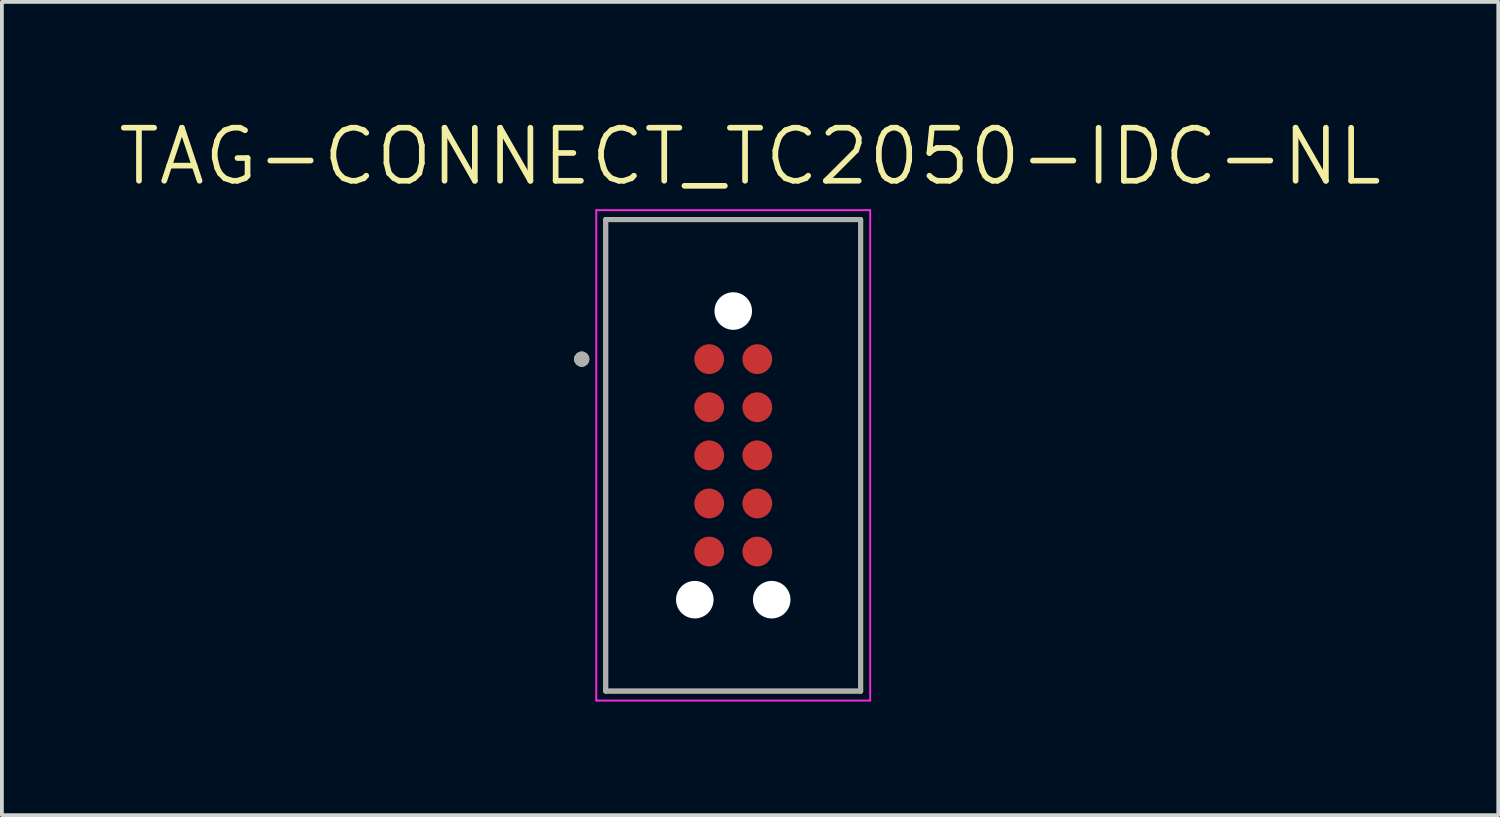
<source format=kicad_pcb>
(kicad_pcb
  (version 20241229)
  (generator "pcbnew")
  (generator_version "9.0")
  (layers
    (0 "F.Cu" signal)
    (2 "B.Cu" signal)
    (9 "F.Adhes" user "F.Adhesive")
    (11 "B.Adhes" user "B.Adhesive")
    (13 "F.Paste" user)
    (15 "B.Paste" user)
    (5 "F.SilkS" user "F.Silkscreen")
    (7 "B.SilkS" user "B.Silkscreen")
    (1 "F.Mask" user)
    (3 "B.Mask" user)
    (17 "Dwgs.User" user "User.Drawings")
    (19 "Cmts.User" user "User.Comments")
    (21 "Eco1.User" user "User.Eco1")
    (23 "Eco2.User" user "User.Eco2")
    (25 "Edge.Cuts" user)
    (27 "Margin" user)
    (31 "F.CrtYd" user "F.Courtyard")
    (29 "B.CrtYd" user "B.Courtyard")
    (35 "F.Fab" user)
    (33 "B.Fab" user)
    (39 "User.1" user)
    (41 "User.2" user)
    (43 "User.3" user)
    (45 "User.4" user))
  (footprint "TAG-CONNECT_TC2050-IDC-NL"
    (layer "F.Cu")
    (at 15.672 6.431)
    (property "Reference" "TAG-CONNECT_TC2050-IDC-NL" (at 1.08 -5.349 0) (layer "F.SilkS") (effects (font (size 1.4 1.4) (thickness 0.15))))
    (attr smd)
    (fp_line (start -2.731 -3.683) (end 4 -3.683) (stroke (width 0.127) (type solid)) (layer "F.SilkS"))
    (fp_line (start -2.731 8.763) (end -2.731 -3.683) (stroke (width 0.127) (type solid)) (layer "F.SilkS"))
    (fp_line (start 4 -3.683) (end 4 8.763) (stroke (width 0.127) (type solid)) (layer "F.SilkS"))
    (fp_line (start 4 8.763) (end -2.731 8.763) (stroke (width 0.127) (type solid)) (layer "F.SilkS"))
    (fp_circle (center -3.365 0) (end -3.265 0) (stroke (width 0.2) (type solid)) (fill no) (layer "F.SilkS"))
    (fp_line (start -2.981 -3.933) (end 4.25 -3.933) (stroke (width 0.05) (type solid)) (layer "F.CrtYd"))
    (fp_line (start -2.981 9.013) (end -2.981 -3.933) (stroke (width 0.05) (type solid)) (layer "F.CrtYd"))
    (fp_line (start 4.25 -3.933) (end 4.25 9.013) (stroke (width 0.05) (type solid)) (layer "F.CrtYd"))
    (fp_line (start 4.25 9.013) (end -2.981 9.013) (stroke (width 0.05) (type solid)) (layer "F.CrtYd"))
    (fp_line (start -2.731 -3.683) (end 4 -3.683) (stroke (width 0.127) (type solid)) (layer "F.Fab"))
    (fp_line (start -2.731 8.763) (end -2.731 -3.683) (stroke (width 0.127) (type solid)) (layer "F.Fab"))
    (fp_line (start 4 -3.683) (end 4 8.763) (stroke (width 0.127) (type solid)) (layer "F.Fab"))
    (fp_line (start 4 8.763) (end -2.731 8.763) (stroke (width 0.127) (type solid)) (layer "F.Fab"))
    (fp_circle (center -3.365 0) (end -3.265 0) (stroke (width 0.2) (type solid)) (fill no) (layer "F.Fab"))
    (pad "" np_thru_hole circle (at -0.38 6.35) (size 0.991 0.991) (drill 0.991) (layers "*.Cu" "*.Mask"))
    (pad "" np_thru_hole circle (at 0.635 -1.27) (size 0.991 0.991) (drill 0.991) (layers "*.Cu" "*.Mask"))
    (pad "" np_thru_hole circle (at 1.65 6.35) (size 0.991 0.991) (drill 0.991) (layers "*.Cu" "*.Mask"))
    (pad "1" smd circle (at 0 0 270) (size 0.787 0.787) (layers "F.Cu" "F.Mask"))
    (pad "2" smd circle (at 0 1.27 270) (size 0.787 0.787) (layers "F.Cu" "F.Mask"))
    (pad "3" smd circle (at 0 2.54 270) (size 0.787 0.787) (layers "F.Cu" "F.Mask"))
    (pad "4" smd circle (at 0 3.81 270) (size 0.787 0.787) (layers "F.Cu" "F.Mask"))
    (pad "5" smd circle (at 0 5.08 270) (size 0.787 0.787) (layers "F.Cu" "F.Mask"))
    (pad "6" smd circle (at 1.27 5.08 90) (size 0.787 0.787) (layers "F.Cu" "F.Mask"))
    (pad "7" smd circle (at 1.27 3.81 90) (size 0.787 0.787) (layers "F.Cu" "F.Mask"))
    (pad "8" smd circle (at 1.27 2.54 90) (size 0.787 0.787) (layers "F.Cu" "F.Mask"))
    (pad "9" smd circle (at 1.27 1.27 90) (size 0.787 0.787) (layers "F.Cu" "F.Mask"))
    (pad "10" smd circle (at 1.27 0 90) (size 0.787 0.787) (layers "F.Cu" "F.Mask"))
    (zone (net_name "") (layer "F.Cu") (hatch full 0.508) (connect_pads) (min_thickness 0.01) (filled_areas_thickness no) (keepout (tracks not_allowed) (vias not_allowed) (pads not_allowed) (copperpour not_allowed) (footprints allowed)) (placement (enabled no)) (fill) (polygon (pts (xy 15.672 6.431) (xy 16.942 6.431) (xy 16.942 11.511) (xy 15.672 11.511))))
    (zone (net_name "") (layers "F.Cu" "B.Cu") (hatch full 0.508) (connect_pads) (min_thickness 0.01) (filled_areas_thickness no) (keepout (tracks allowed) (vias not_allowed) (pads allowed) (copperpour allowed) (footprints allowed)) (placement (enabled no)) (fill) (polygon (pts (xy 15.672 6.431) (xy 16.942 6.431) (xy 16.942 11.511) (xy 15.672 11.511))))
    (zone (net_name "") (layer "B.Cu") (hatch full 0.508) (connect_pads) (min_thickness 0.01) (filled_areas_thickness no) (keepout (tracks not_allowed) (vias not_allowed) (pads not_allowed) (copperpour not_allowed) (footprints allowed)) (placement (enabled no)) (fill) (polygon (pts (xy 15.672 6.431) (xy 16.942 6.431) (xy 16.942 11.511) (xy 15.672 11.511)))))
  (gr_rect
    (start -3 -3)
    (end 36.503 18.469)
    (stroke (width 0.1) (type default))
    (fill no)
    (layer "Edge.Cuts")))
</source>
